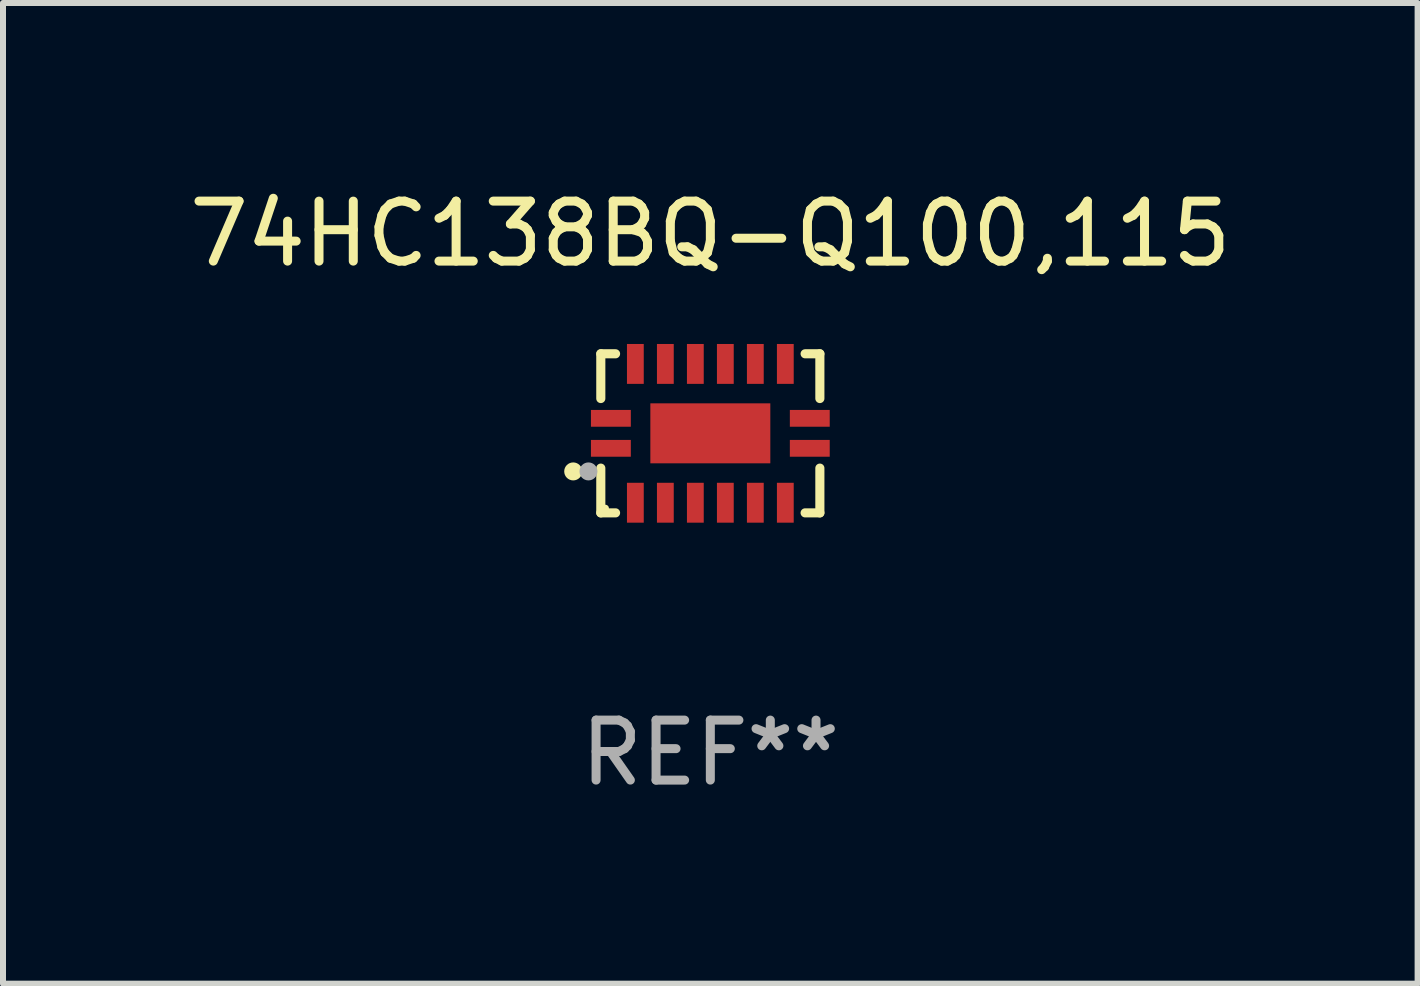
<source format=kicad_pcb>
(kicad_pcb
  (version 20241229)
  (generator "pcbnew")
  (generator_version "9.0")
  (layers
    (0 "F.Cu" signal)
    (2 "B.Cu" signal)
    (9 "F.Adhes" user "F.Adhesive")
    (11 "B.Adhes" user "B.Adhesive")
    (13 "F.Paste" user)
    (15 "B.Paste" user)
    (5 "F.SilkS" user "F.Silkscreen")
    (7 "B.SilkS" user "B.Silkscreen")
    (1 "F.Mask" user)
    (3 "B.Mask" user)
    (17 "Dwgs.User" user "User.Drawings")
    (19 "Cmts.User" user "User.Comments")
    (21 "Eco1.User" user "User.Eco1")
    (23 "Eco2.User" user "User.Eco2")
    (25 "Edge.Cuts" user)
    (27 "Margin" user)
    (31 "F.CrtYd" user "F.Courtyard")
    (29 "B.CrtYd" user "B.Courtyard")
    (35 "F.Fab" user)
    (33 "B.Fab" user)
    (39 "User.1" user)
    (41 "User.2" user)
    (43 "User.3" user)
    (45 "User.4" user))
  (footprint "74HC138BQ-Q100,115"
    (layer "F.Cu")
    (at 8.792 4.174)
    (property "Reference" "74HC138BQ-Q100,115" (at 0 -3.326 0) (layer "F.SilkS") (effects (font (size 1 1) (thickness 0.15))))
    (attr through_hole)
    (fp_line (start -1.826 -1.326) (end -1.58 -1.326) (stroke (width 0.152) (type solid)) (layer "F.SilkS"))
    (fp_line (start -1.826 -0.58) (end -1.826 -1.326) (stroke (width 0.152) (type solid)) (layer "F.SilkS"))
    (fp_line (start -1.826 0.58) (end -1.826 1.326) (stroke (width 0.152) (type solid)) (layer "F.SilkS"))
    (fp_line (start -1.826 1.326) (end -1.58 1.326) (stroke (width 0.152) (type solid)) (layer "F.SilkS"))
    (fp_line (start 1.826 -1.326) (end 1.58 -1.326) (stroke (width 0.152) (type solid)) (layer "F.SilkS"))
    (fp_line (start 1.826 -0.58) (end 1.826 -1.326) (stroke (width 0.152) (type solid)) (layer "F.SilkS"))
    (fp_line (start 1.826 0.58) (end 1.826 1.326) (stroke (width 0.152) (type solid)) (layer "F.SilkS"))
    (fp_line (start 1.826 1.326) (end 1.58 1.326) (stroke (width 0.152) (type solid)) (layer "F.SilkS"))
    (fp_circle (center -2.286 0.635) (end -2.211 0.635) (stroke (width 0.15) (type solid)) (fill no) (layer "F.SilkS"))
    (fp_circle (center -1.75 1.25) (end -1.72 1.25) (stroke (width 0.06) (type solid)) (fill no) (layer "F.SilkS"))
    (fp_circle (center -2.032 0.635) (end -1.957 0.635) (stroke (width 0.15) (type solid)) (fill no) (layer "F.Fab"))
    (fp_text user "REF**" (at 0 5.326 0) (layer "F.Fab") (effects (font (size 1 1) (thickness 0.15))))
    (pad "1" smd rect (at -1.658 0.25) (size 0.665 0.28) (layers "F.Cu" "F.Mask" "F.Paste"))
    (pad "2" smd rect (at -1.25 1.157) (size 0.28 0.665) (layers "F.Cu" "F.Mask" "F.Paste"))
    (pad "3" smd rect (at -0.75 1.157) (size 0.28 0.665) (layers "F.Cu" "F.Mask" "F.Paste"))
    (pad "4" smd rect (at -0.25 1.157) (size 0.28 0.665) (layers "F.Cu" "F.Mask" "F.Paste"))
    (pad "5" smd rect (at 0.25 1.157) (size 0.28 0.665) (layers "F.Cu" "F.Mask" "F.Paste"))
    (pad "6" smd rect (at 0.75 1.157) (size 0.28 0.665) (layers "F.Cu" "F.Mask" "F.Paste"))
    (pad "7" smd rect (at 1.25 1.157) (size 0.28 0.665) (layers "F.Cu" "F.Mask" "F.Paste"))
    (pad "8" smd rect (at 1.658 0.25) (size 0.665 0.28) (layers "F.Cu" "F.Mask" "F.Paste"))
    (pad "9" smd rect (at 1.658 -0.25) (size 0.665 0.28) (layers "F.Cu" "F.Mask" "F.Paste"))
    (pad "10" smd rect (at 1.25 -1.157) (size 0.28 0.665) (layers "F.Cu" "F.Mask" "F.Paste"))
    (pad "11" smd rect (at 0.75 -1.157) (size 0.28 0.665) (layers "F.Cu" "F.Mask" "F.Paste"))
    (pad "12" smd rect (at 0.25 -1.157) (size 0.28 0.665) (layers "F.Cu" "F.Mask" "F.Paste"))
    (pad "13" smd rect (at -0.25 -1.157) (size 0.28 0.665) (layers "F.Cu" "F.Mask" "F.Paste"))
    (pad "14" smd rect (at -0.75 -1.157) (size 0.28 0.665) (layers "F.Cu" "F.Mask" "F.Paste"))
    (pad "15" smd rect (at -1.25 -1.157) (size 0.28 0.665) (layers "F.Cu" "F.Mask" "F.Paste"))
    (pad "16" smd rect (at -1.658 -0.25) (size 0.665 0.28) (layers "F.Cu" "F.Mask" "F.Paste"))
    (pad "17" smd rect (at 0 0) (size 2 1) (layers "F.Cu" "F.Mask" "F.Paste")))
  (gr_rect
    (start -3 -3)
    (end 20.583 13.349)
    (stroke (width 0.1) (type default))
    (fill no)
    (layer "Edge.Cuts")))
</source>
